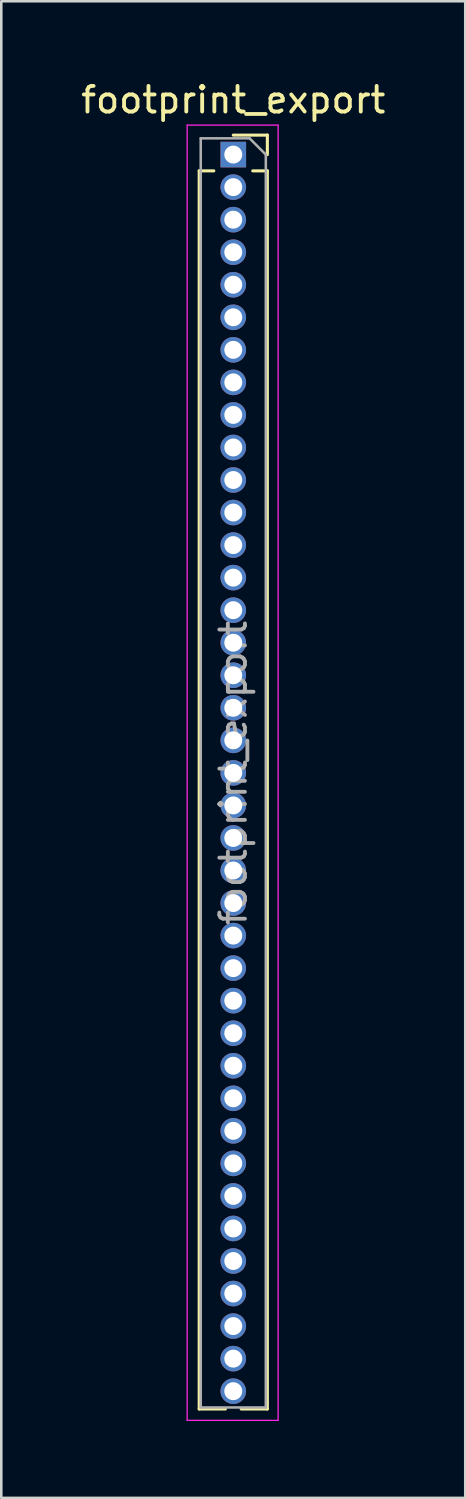
<source format=kicad_pcb>
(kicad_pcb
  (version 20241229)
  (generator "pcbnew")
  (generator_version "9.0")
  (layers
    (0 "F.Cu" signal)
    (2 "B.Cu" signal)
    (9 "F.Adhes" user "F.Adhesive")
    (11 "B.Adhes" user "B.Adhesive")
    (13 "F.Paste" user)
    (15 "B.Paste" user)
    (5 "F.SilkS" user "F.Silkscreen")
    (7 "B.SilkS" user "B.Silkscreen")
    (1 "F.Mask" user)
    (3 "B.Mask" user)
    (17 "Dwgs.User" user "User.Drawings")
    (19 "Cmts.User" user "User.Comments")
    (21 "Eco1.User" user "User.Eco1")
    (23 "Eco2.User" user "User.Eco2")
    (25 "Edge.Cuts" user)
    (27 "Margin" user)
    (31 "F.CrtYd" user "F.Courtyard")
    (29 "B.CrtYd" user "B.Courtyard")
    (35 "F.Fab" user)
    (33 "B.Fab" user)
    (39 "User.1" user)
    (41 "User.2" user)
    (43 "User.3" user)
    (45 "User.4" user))
  (footprint "footprint_export"
    (layer "F.Cu")
    (at 6.054 2.983)
    (property "Reference" "footprint_export" (at 0 -2.135 0) (layer "F.SilkS") (effects (font (size 1 1) (thickness 0.15))))
    (attr through_hole)
    (fp_line (start -1.33 0.635) (end -1.33 48.955) (stroke (width 0.12) (type solid)) (layer "F.SilkS"))
    (fp_line (start -1.33 0.635) (end -0.76 0.635) (stroke (width 0.12) (type solid)) (layer "F.SilkS"))
    (fp_line (start -1.33 48.955) (end -0.308 48.955) (stroke (width 0.12) (type solid)) (layer "F.SilkS"))
    (fp_line (start 0 -0.76) (end 1.33 -0.76) (stroke (width 0.12) (type solid)) (layer "F.SilkS"))
    (fp_line (start 0.308 48.955) (end 1.33 48.955) (stroke (width 0.12) (type solid)) (layer "F.SilkS"))
    (fp_line (start 0.76 0.635) (end 1.33 0.635) (stroke (width 0.12) (type solid)) (layer "F.SilkS"))
    (fp_line (start 1.33 -0.76) (end 1.33 0) (stroke (width 0.12) (type solid)) (layer "F.SilkS"))
    (fp_line (start 1.33 0.635) (end 1.33 48.955) (stroke (width 0.12) (type solid)) (layer "F.SilkS"))
    (fp_line (start -1.8 -1.15) (end 1.75 -1.15) (stroke (width 0.05) (type solid)) (layer "F.CrtYd"))
    (fp_line (start -1.8 49.4) (end -1.8 -1.15) (stroke (width 0.05) (type solid)) (layer "F.CrtYd"))
    (fp_line (start 1.75 -1.15) (end 1.75 49.4) (stroke (width 0.05) (type solid)) (layer "F.CrtYd"))
    (fp_line (start 1.75 49.4) (end -1.8 49.4) (stroke (width 0.05) (type solid)) (layer "F.CrtYd"))
    (fp_line (start -1.27 -0.635) (end 0.635 -0.635) (stroke (width 0.1) (type solid)) (layer "F.Fab"))
    (fp_line (start -1.27 48.895) (end -1.27 -0.635) (stroke (width 0.1) (type solid)) (layer "F.Fab"))
    (fp_line (start 0.635 -0.635) (end 1.27 0) (stroke (width 0.1) (type solid)) (layer "F.Fab"))
    (fp_line (start 1.27 0) (end 1.27 48.895) (stroke (width 0.1) (type solid)) (layer "F.Fab"))
    (fp_line (start 1.27 48.895) (end -1.27 48.895) (stroke (width 0.1) (type solid)) (layer "F.Fab"))
    (fp_text user "${REFERENCE}" (at 0 24.13 90) (layer "F.Fab") (effects (font (size 1 1) (thickness 0.15))))
    (pad "1" thru_hole rect (at 0 0) (size 1 1) (drill 0.7) (layers "*.Cu" "*.Mask"))
    (pad "2" thru_hole oval (at 0 1.27) (size 1 1) (drill 0.7) (layers "*.Cu" "*.Mask"))
    (pad "3" thru_hole oval (at 0 2.54) (size 1 1) (drill 0.7) (layers "*.Cu" "*.Mask"))
    (pad "4" thru_hole oval (at 0 3.81) (size 1 1) (drill 0.7) (layers "*.Cu" "*.Mask"))
    (pad "5" thru_hole oval (at 0 5.08) (size 1 1) (drill 0.7) (layers "*.Cu" "*.Mask"))
    (pad "6" thru_hole oval (at 0 6.35) (size 1 1) (drill 0.7) (layers "*.Cu" "*.Mask"))
    (pad "7" thru_hole oval (at 0 7.62) (size 1 1) (drill 0.7) (layers "*.Cu" "*.Mask"))
    (pad "8" thru_hole oval (at 0 8.89) (size 1 1) (drill 0.7) (layers "*.Cu" "*.Mask"))
    (pad "9" thru_hole oval (at 0 10.16) (size 1 1) (drill 0.7) (layers "*.Cu" "*.Mask"))
    (pad "10" thru_hole oval (at 0 11.43) (size 1 1) (drill 0.7) (layers "*.Cu" "*.Mask"))
    (pad "11" thru_hole oval (at 0 12.7) (size 1 1) (drill 0.7) (layers "*.Cu" "*.Mask"))
    (pad "12" thru_hole oval (at 0 13.97) (size 1 1) (drill 0.7) (layers "*.Cu" "*.Mask"))
    (pad "13" thru_hole oval (at 0 15.24) (size 1 1) (drill 0.7) (layers "*.Cu" "*.Mask"))
    (pad "14" thru_hole oval (at 0 16.51) (size 1 1) (drill 0.7) (layers "*.Cu" "*.Mask"))
    (pad "15" thru_hole oval (at 0 17.78) (size 1 1) (drill 0.7) (layers "*.Cu" "*.Mask"))
    (pad "16" thru_hole oval (at 0 19.05) (size 1 1) (drill 0.7) (layers "*.Cu" "*.Mask"))
    (pad "17" thru_hole oval (at 0 20.32) (size 1 1) (drill 0.7) (layers "*.Cu" "*.Mask"))
    (pad "18" thru_hole oval (at 0 21.59) (size 1 1) (drill 0.7) (layers "*.Cu" "*.Mask"))
    (pad "19" thru_hole oval (at 0 22.86) (size 1 1) (drill 0.7) (layers "*.Cu" "*.Mask"))
    (pad "20" thru_hole oval (at 0 24.13) (size 1 1) (drill 0.7) (layers "*.Cu" "*.Mask"))
    (pad "21" thru_hole oval (at 0 25.4) (size 1 1) (drill 0.7) (layers "*.Cu" "*.Mask"))
    (pad "22" thru_hole oval (at 0 26.67) (size 1 1) (drill 0.7) (layers "*.Cu" "*.Mask"))
    (pad "23" thru_hole oval (at 0 27.94) (size 1 1) (drill 0.7) (layers "*.Cu" "*.Mask"))
    (pad "24" thru_hole oval (at 0 29.21) (size 1 1) (drill 0.7) (layers "*.Cu" "*.Mask"))
    (pad "25" thru_hole oval (at 0 30.48) (size 1 1) (drill 0.7) (layers "*.Cu" "*.Mask"))
    (pad "26" thru_hole oval (at 0 31.75) (size 1 1) (drill 0.7) (layers "*.Cu" "*.Mask"))
    (pad "27" thru_hole oval (at 0 33.02) (size 1 1) (drill 0.7) (layers "*.Cu" "*.Mask"))
    (pad "28" thru_hole oval (at 0 34.29) (size 1 1) (drill 0.7) (layers "*.Cu" "*.Mask"))
    (pad "29" thru_hole oval (at 0 35.56) (size 1 1) (drill 0.7) (layers "*.Cu" "*.Mask"))
    (pad "30" thru_hole oval (at 0 36.83) (size 1 1) (drill 0.7) (layers "*.Cu" "*.Mask"))
    (pad "31" thru_hole oval (at 0 38.1) (size 1 1) (drill 0.7) (layers "*.Cu" "*.Mask"))
    (pad "32" thru_hole oval (at 0 39.37) (size 1 1) (drill 0.7) (layers "*.Cu" "*.Mask"))
    (pad "33" thru_hole oval (at 0 40.64) (size 1 1) (drill 0.7) (layers "*.Cu" "*.Mask"))
    (pad "34" thru_hole oval (at 0 41.91) (size 1 1) (drill 0.7) (layers "*.Cu" "*.Mask"))
    (pad "35" thru_hole oval (at 0 43.18) (size 1 1) (drill 0.7) (layers "*.Cu" "*.Mask"))
    (pad "36" thru_hole oval (at 0 44.45) (size 1 1) (drill 0.7) (layers "*.Cu" "*.Mask"))
    (pad "37" thru_hole oval (at 0 45.72) (size 1 1) (drill 0.7) (layers "*.Cu" "*.Mask"))
    (pad "38" thru_hole oval (at 0 46.99) (size 1 1) (drill 0.7) (layers "*.Cu" "*.Mask"))
    (pad "39" thru_hole oval (at 0 48.26) (size 1 1) (drill 0.7) (layers "*.Cu" "*.Mask")))
  (gr_rect
    (start -3 -3)
    (end 15.107 55.408)
    (stroke (width 0.1) (type default))
    (fill no)
    (layer "Edge.Cuts")))
</source>
